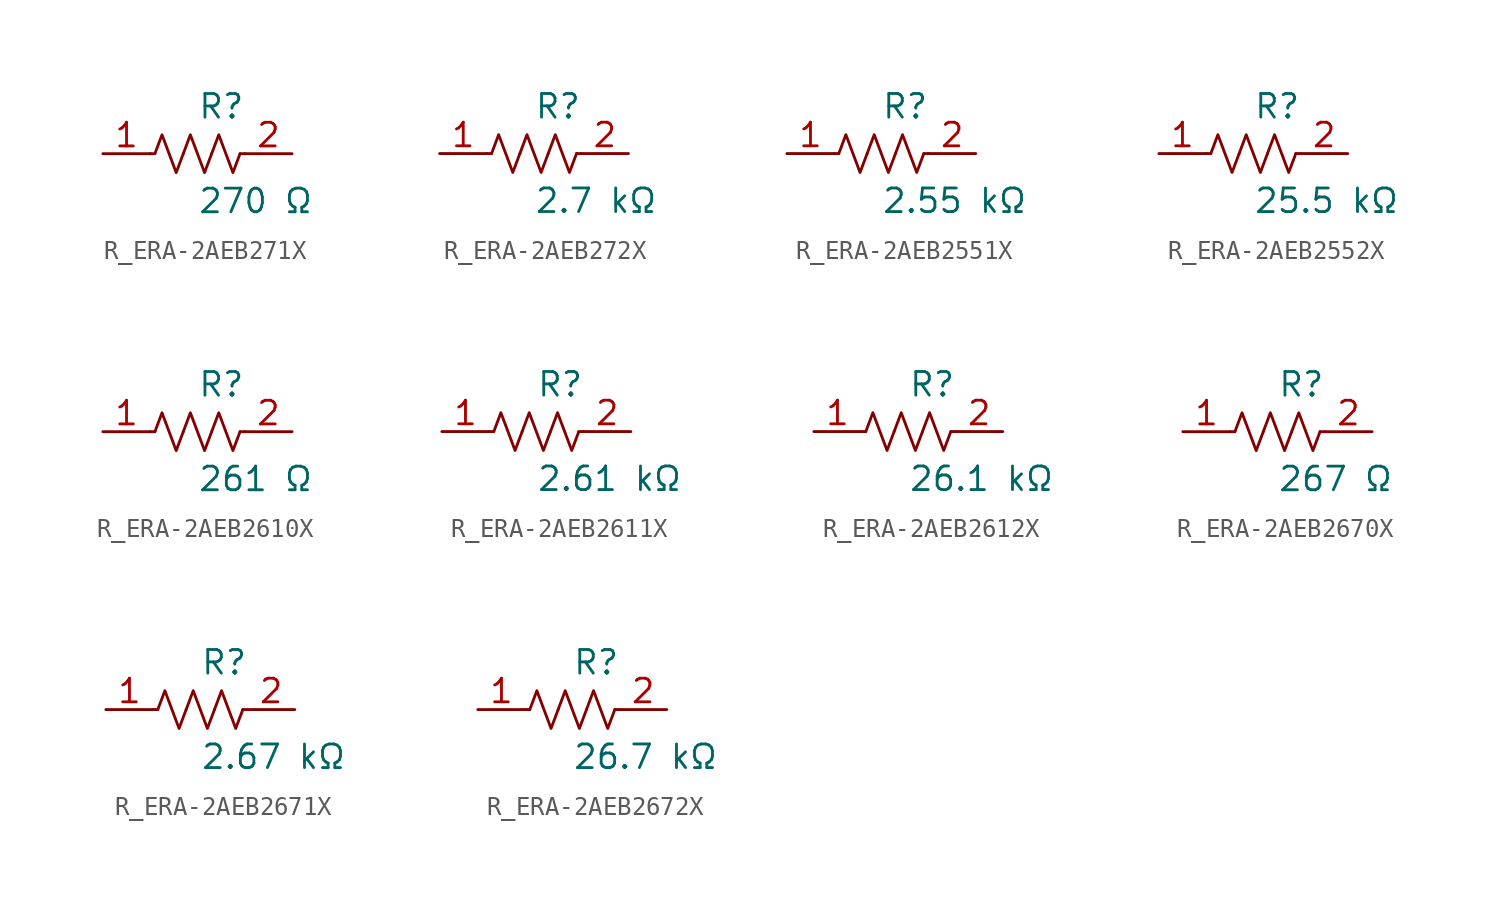
<source format=kicad_sym>
(kicad_symbol_lib
  (version 20231120)
  (generator kicad_symbol_editor)
  (generator_version 8.0)
  (symbol "R_ERA-2AEB271X"
    (pin_names
      (offset 0.254))
    (property "Reference" "R"
      (at 0.0 2.54 0)
      (effects (font (size 1.27 1.27)) (justify left)))
    (property "Value" "270 Ω"
      (at 0.0 -2.54 0)
      (effects (font (size 1.27 1.27)) (justify left)))
    (symbol "R_ERA-2AEB271X_0_1"
      (polyline (pts (xy 2.286 0) (xy 2.54 0)) (stroke (width 0) (type default)) (fill (type none)))
      (polyline (pts (xy -2.286 0) (xy -2.54 0)) (stroke (width 0) (type default)) (fill (type none)))
      (polyline (pts (xy 0.762 0) (xy 1.143 1.016) (xy 1.524 0) (xy 1.905 -1.016) (xy 2.286 0)) (stroke (width 0) (type default)) (fill (type none)))
      (polyline (pts (xy -0.762 0) (xy -0.381 1.016) (xy 0 0) (xy 0.381 -1.016) (xy 0.762 0)) (stroke (width 0) (type default)) (fill (type none)))
      (polyline (pts (xy -2.286 0) (xy -1.905 1.016) (xy -1.524 0) (xy -1.143 -1.016) (xy -0.762 0)) (stroke (width 0) (type default)) (fill (type none))))
    (pin unspecified line
      (at -5.08 0 0)
      (length 2.54)
      (name "" (effects (font (size 1.27 1.27))))
      (number "1" (effects (font (size 1.27 1.27)))))
    (pin unspecified line
      (at 5.08 0 180)
      (length 2.54)
      (name "" (effects (font (size 1.27 1.27))))
      (number "2" (effects (font (size 1.27 1.27))))))
  (symbol "R_ERA-2AEB272X"
    (pin_names
      (offset 0.254))
    (property "Reference" "R"
      (at 0.0 2.54 0)
      (effects (font (size 1.27 1.27)) (justify left)))
    (property "Value" "2.7 kΩ"
      (at 0.0 -2.54 0)
      (effects (font (size 1.27 1.27)) (justify left)))
    (symbol "R_ERA-2AEB272X_0_1"
      (polyline (pts (xy 2.286 0) (xy 2.54 0)) (stroke (width 0) (type default)) (fill (type none)))
      (polyline (pts (xy -2.286 0) (xy -2.54 0)) (stroke (width 0) (type default)) (fill (type none)))
      (polyline (pts (xy 0.762 0) (xy 1.143 1.016) (xy 1.524 0) (xy 1.905 -1.016) (xy 2.286 0)) (stroke (width 0) (type default)) (fill (type none)))
      (polyline (pts (xy -0.762 0) (xy -0.381 1.016) (xy 0 0) (xy 0.381 -1.016) (xy 0.762 0)) (stroke (width 0) (type default)) (fill (type none)))
      (polyline (pts (xy -2.286 0) (xy -1.905 1.016) (xy -1.524 0) (xy -1.143 -1.016) (xy -0.762 0)) (stroke (width 0) (type default)) (fill (type none))))
    (pin unspecified line
      (at -5.08 0 0)
      (length 2.54)
      (name "" (effects (font (size 1.27 1.27))))
      (number "1" (effects (font (size 1.27 1.27)))))
    (pin unspecified line
      (at 5.08 0 180)
      (length 2.54)
      (name "" (effects (font (size 1.27 1.27))))
      (number "2" (effects (font (size 1.27 1.27))))))
  (symbol "R_ERA-2AEB2551X"
    (pin_names
      (offset 0.254))
    (property "Reference" "R"
      (at 0.0 2.54 0)
      (effects (font (size 1.27 1.27)) (justify left)))
    (property "Value" "2.55 kΩ"
      (at 0.0 -2.54 0)
      (effects (font (size 1.27 1.27)) (justify left)))
    (symbol "R_ERA-2AEB2551X_0_1"
      (polyline (pts (xy 2.286 0) (xy 2.54 0)) (stroke (width 0) (type default)) (fill (type none)))
      (polyline (pts (xy -2.286 0) (xy -2.54 0)) (stroke (width 0) (type default)) (fill (type none)))
      (polyline (pts (xy 0.762 0) (xy 1.143 1.016) (xy 1.524 0) (xy 1.905 -1.016) (xy 2.286 0)) (stroke (width 0) (type default)) (fill (type none)))
      (polyline (pts (xy -0.762 0) (xy -0.381 1.016) (xy 0 0) (xy 0.381 -1.016) (xy 0.762 0)) (stroke (width 0) (type default)) (fill (type none)))
      (polyline (pts (xy -2.286 0) (xy -1.905 1.016) (xy -1.524 0) (xy -1.143 -1.016) (xy -0.762 0)) (stroke (width 0) (type default)) (fill (type none))))
    (pin unspecified line
      (at -5.08 0 0)
      (length 2.54)
      (name "" (effects (font (size 1.27 1.27))))
      (number "1" (effects (font (size 1.27 1.27)))))
    (pin unspecified line
      (at 5.08 0 180)
      (length 2.54)
      (name "" (effects (font (size 1.27 1.27))))
      (number "2" (effects (font (size 1.27 1.27))))))
  (symbol "R_ERA-2AEB2552X"
    (pin_names
      (offset 0.254))
    (property "Reference" "R"
      (at 0.0 2.54 0)
      (effects (font (size 1.27 1.27)) (justify left)))
    (property "Value" "25.5 kΩ"
      (at 0.0 -2.54 0)
      (effects (font (size 1.27 1.27)) (justify left)))
    (symbol "R_ERA-2AEB2552X_0_1"
      (polyline (pts (xy 2.286 0) (xy 2.54 0)) (stroke (width 0) (type default)) (fill (type none)))
      (polyline (pts (xy -2.286 0) (xy -2.54 0)) (stroke (width 0) (type default)) (fill (type none)))
      (polyline (pts (xy 0.762 0) (xy 1.143 1.016) (xy 1.524 0) (xy 1.905 -1.016) (xy 2.286 0)) (stroke (width 0) (type default)) (fill (type none)))
      (polyline (pts (xy -0.762 0) (xy -0.381 1.016) (xy 0 0) (xy 0.381 -1.016) (xy 0.762 0)) (stroke (width 0) (type default)) (fill (type none)))
      (polyline (pts (xy -2.286 0) (xy -1.905 1.016) (xy -1.524 0) (xy -1.143 -1.016) (xy -0.762 0)) (stroke (width 0) (type default)) (fill (type none))))
    (pin unspecified line
      (at -5.08 0 0)
      (length 2.54)
      (name "" (effects (font (size 1.27 1.27))))
      (number "1" (effects (font (size 1.27 1.27)))))
    (pin unspecified line
      (at 5.08 0 180)
      (length 2.54)
      (name "" (effects (font (size 1.27 1.27))))
      (number "2" (effects (font (size 1.27 1.27))))))
  (symbol "R_ERA-2AEB2610X"
    (pin_names
      (offset 0.254))
    (property "Reference" "R"
      (at 0.0 2.54 0)
      (effects (font (size 1.27 1.27)) (justify left)))
    (property "Value" "261 Ω"
      (at 0.0 -2.54 0)
      (effects (font (size 1.27 1.27)) (justify left)))
    (symbol "R_ERA-2AEB2610X_0_1"
      (polyline (pts (xy 2.286 0) (xy 2.54 0)) (stroke (width 0) (type default)) (fill (type none)))
      (polyline (pts (xy -2.286 0) (xy -2.54 0)) (stroke (width 0) (type default)) (fill (type none)))
      (polyline (pts (xy 0.762 0) (xy 1.143 1.016) (xy 1.524 0) (xy 1.905 -1.016) (xy 2.286 0)) (stroke (width 0) (type default)) (fill (type none)))
      (polyline (pts (xy -0.762 0) (xy -0.381 1.016) (xy 0 0) (xy 0.381 -1.016) (xy 0.762 0)) (stroke (width 0) (type default)) (fill (type none)))
      (polyline (pts (xy -2.286 0) (xy -1.905 1.016) (xy -1.524 0) (xy -1.143 -1.016) (xy -0.762 0)) (stroke (width 0) (type default)) (fill (type none))))
    (pin unspecified line
      (at -5.08 0 0)
      (length 2.54)
      (name "" (effects (font (size 1.27 1.27))))
      (number "1" (effects (font (size 1.27 1.27)))))
    (pin unspecified line
      (at 5.08 0 180)
      (length 2.54)
      (name "" (effects (font (size 1.27 1.27))))
      (number "2" (effects (font (size 1.27 1.27))))))
  (symbol "R_ERA-2AEB2611X"
    (pin_names
      (offset 0.254))
    (property "Reference" "R"
      (at 0.0 2.54 0)
      (effects (font (size 1.27 1.27)) (justify left)))
    (property "Value" "2.61 kΩ"
      (at 0.0 -2.54 0)
      (effects (font (size 1.27 1.27)) (justify left)))
    (symbol "R_ERA-2AEB2611X_0_1"
      (polyline (pts (xy 2.286 0) (xy 2.54 0)) (stroke (width 0) (type default)) (fill (type none)))
      (polyline (pts (xy -2.286 0) (xy -2.54 0)) (stroke (width 0) (type default)) (fill (type none)))
      (polyline (pts (xy 0.762 0) (xy 1.143 1.016) (xy 1.524 0) (xy 1.905 -1.016) (xy 2.286 0)) (stroke (width 0) (type default)) (fill (type none)))
      (polyline (pts (xy -0.762 0) (xy -0.381 1.016) (xy 0 0) (xy 0.381 -1.016) (xy 0.762 0)) (stroke (width 0) (type default)) (fill (type none)))
      (polyline (pts (xy -2.286 0) (xy -1.905 1.016) (xy -1.524 0) (xy -1.143 -1.016) (xy -0.762 0)) (stroke (width 0) (type default)) (fill (type none))))
    (pin unspecified line
      (at -5.08 0 0)
      (length 2.54)
      (name "" (effects (font (size 1.27 1.27))))
      (number "1" (effects (font (size 1.27 1.27)))))
    (pin unspecified line
      (at 5.08 0 180)
      (length 2.54)
      (name "" (effects (font (size 1.27 1.27))))
      (number "2" (effects (font (size 1.27 1.27))))))
  (symbol "R_ERA-2AEB2612X"
    (pin_names
      (offset 0.254))
    (property "Reference" "R"
      (at 0.0 2.54 0)
      (effects (font (size 1.27 1.27)) (justify left)))
    (property "Value" "26.1 kΩ"
      (at 0.0 -2.54 0)
      (effects (font (size 1.27 1.27)) (justify left)))
    (symbol "R_ERA-2AEB2612X_0_1"
      (polyline (pts (xy 2.286 0) (xy 2.54 0)) (stroke (width 0) (type default)) (fill (type none)))
      (polyline (pts (xy -2.286 0) (xy -2.54 0)) (stroke (width 0) (type default)) (fill (type none)))
      (polyline (pts (xy 0.762 0) (xy 1.143 1.016) (xy 1.524 0) (xy 1.905 -1.016) (xy 2.286 0)) (stroke (width 0) (type default)) (fill (type none)))
      (polyline (pts (xy -0.762 0) (xy -0.381 1.016) (xy 0 0) (xy 0.381 -1.016) (xy 0.762 0)) (stroke (width 0) (type default)) (fill (type none)))
      (polyline (pts (xy -2.286 0) (xy -1.905 1.016) (xy -1.524 0) (xy -1.143 -1.016) (xy -0.762 0)) (stroke (width 0) (type default)) (fill (type none))))
    (pin unspecified line
      (at -5.08 0 0)
      (length 2.54)
      (name "" (effects (font (size 1.27 1.27))))
      (number "1" (effects (font (size 1.27 1.27)))))
    (pin unspecified line
      (at 5.08 0 180)
      (length 2.54)
      (name "" (effects (font (size 1.27 1.27))))
      (number "2" (effects (font (size 1.27 1.27))))))
  (symbol "R_ERA-2AEB2670X"
    (pin_names
      (offset 0.254))
    (property "Reference" "R"
      (at 0.0 2.54 0)
      (effects (font (size 1.27 1.27)) (justify left)))
    (property "Value" "267 Ω"
      (at 0.0 -2.54 0)
      (effects (font (size 1.27 1.27)) (justify left)))
    (symbol "R_ERA-2AEB2670X_0_1"
      (polyline (pts (xy 2.286 0) (xy 2.54 0)) (stroke (width 0) (type default)) (fill (type none)))
      (polyline (pts (xy -2.286 0) (xy -2.54 0)) (stroke (width 0) (type default)) (fill (type none)))
      (polyline (pts (xy 0.762 0) (xy 1.143 1.016) (xy 1.524 0) (xy 1.905 -1.016) (xy 2.286 0)) (stroke (width 0) (type default)) (fill (type none)))
      (polyline (pts (xy -0.762 0) (xy -0.381 1.016) (xy 0 0) (xy 0.381 -1.016) (xy 0.762 0)) (stroke (width 0) (type default)) (fill (type none)))
      (polyline (pts (xy -2.286 0) (xy -1.905 1.016) (xy -1.524 0) (xy -1.143 -1.016) (xy -0.762 0)) (stroke (width 0) (type default)) (fill (type none))))
    (pin unspecified line
      (at -5.08 0 0)
      (length 2.54)
      (name "" (effects (font (size 1.27 1.27))))
      (number "1" (effects (font (size 1.27 1.27)))))
    (pin unspecified line
      (at 5.08 0 180)
      (length 2.54)
      (name "" (effects (font (size 1.27 1.27))))
      (number "2" (effects (font (size 1.27 1.27))))))
  (symbol "R_ERA-2AEB2671X"
    (pin_names
      (offset 0.254))
    (property "Reference" "R"
      (at 0.0 2.54 0)
      (effects (font (size 1.27 1.27)) (justify left)))
    (property "Value" "2.67 kΩ"
      (at 0.0 -2.54 0)
      (effects (font (size 1.27 1.27)) (justify left)))
    (symbol "R_ERA-2AEB2671X_0_1"
      (polyline (pts (xy 2.286 0) (xy 2.54 0)) (stroke (width 0) (type default)) (fill (type none)))
      (polyline (pts (xy -2.286 0) (xy -2.54 0)) (stroke (width 0) (type default)) (fill (type none)))
      (polyline (pts (xy 0.762 0) (xy 1.143 1.016) (xy 1.524 0) (xy 1.905 -1.016) (xy 2.286 0)) (stroke (width 0) (type default)) (fill (type none)))
      (polyline (pts (xy -0.762 0) (xy -0.381 1.016) (xy 0 0) (xy 0.381 -1.016) (xy 0.762 0)) (stroke (width 0) (type default)) (fill (type none)))
      (polyline (pts (xy -2.286 0) (xy -1.905 1.016) (xy -1.524 0) (xy -1.143 -1.016) (xy -0.762 0)) (stroke (width 0) (type default)) (fill (type none))))
    (pin unspecified line
      (at -5.08 0 0)
      (length 2.54)
      (name "" (effects (font (size 1.27 1.27))))
      (number "1" (effects (font (size 1.27 1.27)))))
    (pin unspecified line
      (at 5.08 0 180)
      (length 2.54)
      (name "" (effects (font (size 1.27 1.27))))
      (number "2" (effects (font (size 1.27 1.27))))))
  (symbol "R_ERA-2AEB2672X"
    (pin_names
      (offset 0.254))
    (property "Reference" "R"
      (at 0.0 2.54 0)
      (effects (font (size 1.27 1.27)) (justify left)))
    (property "Value" "26.7 kΩ"
      (at 0.0 -2.54 0)
      (effects (font (size 1.27 1.27)) (justify left)))
    (symbol "R_ERA-2AEB2672X_0_1"
      (polyline (pts (xy 2.286 0) (xy 2.54 0)) (stroke (width 0) (type default)) (fill (type none)))
      (polyline (pts (xy -2.286 0) (xy -2.54 0)) (stroke (width 0) (type default)) (fill (type none)))
      (polyline (pts (xy 0.762 0) (xy 1.143 1.016) (xy 1.524 0) (xy 1.905 -1.016) (xy 2.286 0)) (stroke (width 0) (type default)) (fill (type none)))
      (polyline (pts (xy -0.762 0) (xy -0.381 1.016) (xy 0 0) (xy 0.381 -1.016) (xy 0.762 0)) (stroke (width 0) (type default)) (fill (type none)))
      (polyline (pts (xy -2.286 0) (xy -1.905 1.016) (xy -1.524 0) (xy -1.143 -1.016) (xy -0.762 0)) (stroke (width 0) (type default)) (fill (type none))))
    (pin unspecified line
      (at -5.08 0 0)
      (length 2.54)
      (name "" (effects (font (size 1.27 1.27))))
      (number "1" (effects (font (size 1.27 1.27)))))
    (pin unspecified line
      (at 5.08 0 180)
      (length 2.54)
      (name "" (effects (font (size 1.27 1.27))))
      (number "2" (effects (font (size 1.27 1.27)))))))
</source>
